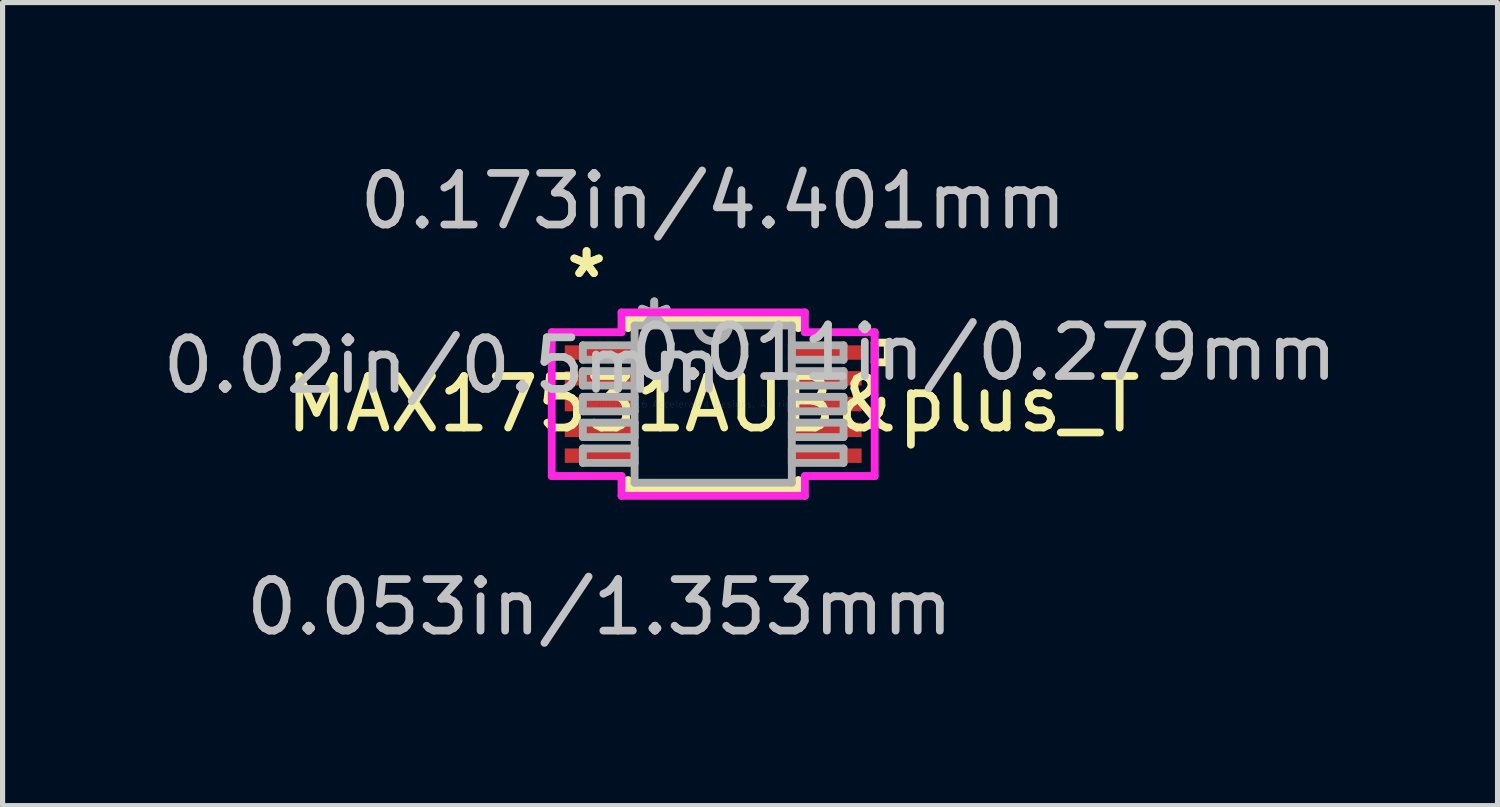
<source format=kicad_pcb>
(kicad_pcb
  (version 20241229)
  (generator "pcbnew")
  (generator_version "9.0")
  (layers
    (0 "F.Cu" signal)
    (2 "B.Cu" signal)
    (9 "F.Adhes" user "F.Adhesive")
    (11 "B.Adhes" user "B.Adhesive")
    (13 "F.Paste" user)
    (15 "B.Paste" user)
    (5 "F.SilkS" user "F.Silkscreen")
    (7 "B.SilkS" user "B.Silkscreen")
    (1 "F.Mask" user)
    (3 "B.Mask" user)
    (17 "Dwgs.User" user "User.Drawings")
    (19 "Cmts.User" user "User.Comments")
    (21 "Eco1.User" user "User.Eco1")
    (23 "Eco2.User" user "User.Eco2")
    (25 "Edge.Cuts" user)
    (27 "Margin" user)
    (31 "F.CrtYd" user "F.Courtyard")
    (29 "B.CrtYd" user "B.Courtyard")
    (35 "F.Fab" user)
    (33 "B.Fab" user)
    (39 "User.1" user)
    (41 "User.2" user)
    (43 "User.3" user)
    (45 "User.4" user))
  (footprint "MAX17531AUB&plus_T"
    (layer "F.Cu")
    (at 10.778 4.785)
    (property "Reference" "MAX17531AUB&plus_T" (at 0 0 0) (layer "F.SilkS") (effects (font (size 1 1) (thickness 0.15))))
    (attr through_hole)
    (fp_line (start -1.651 -1.651) (end -1.651 -1.472) (stroke (width 0.152) (type solid)) (layer "F.SilkS"))
    (fp_line (start -1.651 1.472) (end -1.651 1.651) (stroke (width 0.152) (type solid)) (layer "F.SilkS"))
    (fp_line (start -1.651 1.651) (end 1.651 1.651) (stroke (width 0.152) (type solid)) (layer "F.SilkS"))
    (fp_line (start 1.651 -1.651) (end -1.651 -1.651) (stroke (width 0.152) (type solid)) (layer "F.SilkS"))
    (fp_line (start 1.651 -1.472) (end 1.651 -1.651) (stroke (width 0.152) (type solid)) (layer "F.SilkS"))
    (fp_line (start 1.651 1.651) (end 1.651 1.472) (stroke (width 0.152) (type solid)) (layer "F.SilkS"))
    (fp_line (start 3.131 -1.191) (end 3.385 -1.191) (stroke (width 0.152) (type solid)) (layer "F.SilkS"))
    (fp_line (start 3.131 -0.81) (end 3.131 -1.191) (stroke (width 0.152) (type solid)) (layer "F.SilkS"))
    (fp_line (start 3.385 -1.191) (end 3.385 -0.81) (stroke (width 0.152) (type solid)) (layer "F.SilkS"))
    (fp_line (start 3.385 -0.81) (end 3.131 -0.81) (stroke (width 0.152) (type solid)) (layer "F.SilkS"))
    (fp_line (start -3.131 -1.394) (end -1.778 -1.394) (stroke (width 0.152) (type solid)) (layer "F.CrtYd"))
    (fp_line (start -3.131 1.394) (end -3.131 -1.394) (stroke (width 0.152) (type solid)) (layer "F.CrtYd"))
    (fp_line (start -1.778 -1.778) (end 1.778 -1.778) (stroke (width 0.152) (type solid)) (layer "F.CrtYd"))
    (fp_line (start -1.778 -1.394) (end -1.778 -1.778) (stroke (width 0.152) (type solid)) (layer "F.CrtYd"))
    (fp_line (start -1.778 1.394) (end -3.131 1.394) (stroke (width 0.152) (type solid)) (layer "F.CrtYd"))
    (fp_line (start -1.778 1.778) (end -1.778 1.394) (stroke (width 0.152) (type solid)) (layer "F.CrtYd"))
    (fp_line (start 1.778 -1.778) (end 1.778 -1.394) (stroke (width 0.152) (type solid)) (layer "F.CrtYd"))
    (fp_line (start 1.778 -1.394) (end 3.131 -1.394) (stroke (width 0.152) (type solid)) (layer "F.CrtYd"))
    (fp_line (start 1.778 1.394) (end 1.778 1.778) (stroke (width 0.152) (type solid)) (layer "F.CrtYd"))
    (fp_line (start 1.778 1.778) (end -1.778 1.778) (stroke (width 0.152) (type solid)) (layer "F.CrtYd"))
    (fp_line (start 3.131 -1.394) (end 3.131 1.394) (stroke (width 0.152) (type solid)) (layer "F.CrtYd"))
    (fp_line (start 3.131 1.394) (end 1.778 1.394) (stroke (width 0.152) (type solid)) (layer "F.CrtYd"))
    (fp_line (start -2.527 -1.14) (end -2.527 -0.86) (stroke (width 0.152) (type solid)) (layer "F.Fab"))
    (fp_line (start -2.527 -0.86) (end -1.524 -0.86) (stroke (width 0.152) (type solid)) (layer "F.Fab"))
    (fp_line (start -2.527 -0.64) (end -2.527 -0.36) (stroke (width 0.152) (type solid)) (layer "F.Fab"))
    (fp_line (start -2.527 -0.36) (end -1.524 -0.36) (stroke (width 0.152) (type solid)) (layer "F.Fab"))
    (fp_line (start -2.527 -0.14) (end -2.527 0.14) (stroke (width 0.152) (type solid)) (layer "F.Fab"))
    (fp_line (start -2.527 0.14) (end -1.524 0.14) (stroke (width 0.152) (type solid)) (layer "F.Fab"))
    (fp_line (start -2.527 0.36) (end -2.527 0.64) (stroke (width 0.152) (type solid)) (layer "F.Fab"))
    (fp_line (start -2.527 0.64) (end -1.524 0.64) (stroke (width 0.152) (type solid)) (layer "F.Fab"))
    (fp_line (start -2.527 0.86) (end -2.527 1.14) (stroke (width 0.152) (type solid)) (layer "F.Fab"))
    (fp_line (start -2.527 1.14) (end -1.524 1.14) (stroke (width 0.152) (type solid)) (layer "F.Fab"))
    (fp_line (start -1.524 -1.524) (end -1.524 1.524) (stroke (width 0.152) (type solid)) (layer "F.Fab"))
    (fp_line (start -1.524 -1.14) (end -2.527 -1.14) (stroke (width 0.152) (type solid)) (layer "F.Fab"))
    (fp_line (start -1.524 -0.86) (end -1.524 -1.14) (stroke (width 0.152) (type solid)) (layer "F.Fab"))
    (fp_line (start -1.524 -0.64) (end -2.527 -0.64) (stroke (width 0.152) (type solid)) (layer "F.Fab"))
    (fp_line (start -1.524 -0.36) (end -1.524 -0.64) (stroke (width 0.152) (type solid)) (layer "F.Fab"))
    (fp_line (start -1.524 -0.14) (end -2.527 -0.14) (stroke (width 0.152) (type solid)) (layer "F.Fab"))
    (fp_line (start -1.524 0.14) (end -1.524 -0.14) (stroke (width 0.152) (type solid)) (layer "F.Fab"))
    (fp_line (start -1.524 0.36) (end -2.527 0.36) (stroke (width 0.152) (type solid)) (layer "F.Fab"))
    (fp_line (start -1.524 0.64) (end -1.524 0.36) (stroke (width 0.152) (type solid)) (layer "F.Fab"))
    (fp_line (start -1.524 0.86) (end -2.527 0.86) (stroke (width 0.152) (type solid)) (layer "F.Fab"))
    (fp_line (start -1.524 1.14) (end -1.524 0.86) (stroke (width 0.152) (type solid)) (layer "F.Fab"))
    (fp_line (start -1.524 1.524) (end 1.524 1.524) (stroke (width 0.152) (type solid)) (layer "F.Fab"))
    (fp_line (start 1.524 -1.524) (end -1.524 -1.524) (stroke (width 0.152) (type solid)) (layer "F.Fab"))
    (fp_line (start 1.524 -1.14) (end 1.524 -0.86) (stroke (width 0.152) (type solid)) (layer "F.Fab"))
    (fp_line (start 1.524 -0.86) (end 2.527 -0.86) (stroke (width 0.152) (type solid)) (layer "F.Fab"))
    (fp_line (start 1.524 -0.64) (end 1.524 -0.36) (stroke (width 0.152) (type solid)) (layer "F.Fab"))
    (fp_line (start 1.524 -0.36) (end 2.527 -0.36) (stroke (width 0.152) (type solid)) (layer "F.Fab"))
    (fp_line (start 1.524 -0.14) (end 1.524 0.14) (stroke (width 0.152) (type solid)) (layer "F.Fab"))
    (fp_line (start 1.524 0.14) (end 2.527 0.14) (stroke (width 0.152) (type solid)) (layer "F.Fab"))
    (fp_line (start 1.524 0.36) (end 1.524 0.64) (stroke (width 0.152) (type solid)) (layer "F.Fab"))
    (fp_line (start 1.524 0.64) (end 2.527 0.64) (stroke (width 0.152) (type solid)) (layer "F.Fab"))
    (fp_line (start 1.524 0.86) (end 1.524 1.14) (stroke (width 0.152) (type solid)) (layer "F.Fab"))
    (fp_line (start 1.524 1.14) (end 2.527 1.14) (stroke (width 0.152) (type solid)) (layer "F.Fab"))
    (fp_line (start 1.524 1.524) (end 1.524 -1.524) (stroke (width 0.152) (type solid)) (layer "F.Fab"))
    (fp_line (start 2.527 -1.14) (end 1.524 -1.14) (stroke (width 0.152) (type solid)) (layer "F.Fab"))
    (fp_line (start 2.527 -0.86) (end 2.527 -1.14) (stroke (width 0.152) (type solid)) (layer "F.Fab"))
    (fp_line (start 2.527 -0.64) (end 1.524 -0.64) (stroke (width 0.152) (type solid)) (layer "F.Fab"))
    (fp_line (start 2.527 -0.36) (end 2.527 -0.64) (stroke (width 0.152) (type solid)) (layer "F.Fab"))
    (fp_line (start 2.527 -0.14) (end 1.524 -0.14) (stroke (width 0.152) (type solid)) (layer "F.Fab"))
    (fp_line (start 2.527 0.14) (end 2.527 -0.14) (stroke (width 0.152) (type solid)) (layer "F.Fab"))
    (fp_line (start 2.527 0.36) (end 1.524 0.36) (stroke (width 0.152) (type solid)) (layer "F.Fab"))
    (fp_line (start 2.527 0.64) (end 2.527 0.36) (stroke (width 0.152) (type solid)) (layer "F.Fab"))
    (fp_line (start 2.527 0.86) (end 1.524 0.86) (stroke (width 0.152) (type solid)) (layer "F.Fab"))
    (fp_line (start 2.527 1.14) (end 2.527 0.86) (stroke (width 0.152) (type solid)) (layer "F.Fab"))
    (fp_arc (start 0.3048 -1.524) (mid 0 -1.2192) (end -0.3048 -1.524) (stroke (width 0.1524) (type solid)) (layer "F.Fab"))
    (fp_text user "*" (at -2.455 -2.422 0) (layer "F.SilkS") (effects (font (size 1 1) (thickness 0.15))))
    (fp_text user "*" (at -2.455 -2.422 0) (layer "F.SilkS") (effects (font (size 1 1) (thickness 0.15))))
    (fp_text user "0.011in/0.279mm" (at 5.249 -1 0) (layer "Dwgs.User") (effects (font (size 1 1) (thickness 0.15))))
    (fp_text user "0.173in/4.401mm" (at 0 -3.937 0) (layer "Dwgs.User") (effects (font (size 1 1) (thickness 0.15))))
    (fp_text user "0.02in/0.5mm" (at -5.249 -0.75 0) (layer "Dwgs.User") (effects (font (size 1 1) (thickness 0.15))))
    (fp_text user "0.053in/1.353mm" (at -2.201 3.937 0) (layer "Dwgs.User") (effects (font (size 1 1) (thickness 0.15))))
    (fp_text user "Copyright 2016 Accelerated Designs. All rights reserved." (at 0 0 0) (layer "Cmts.User") (effects (font (size 0.127 0.127) (thickness 0.002))))
    (fp_text user "*" (at -1.143 -1.448 0) (layer "F.Fab") (effects (font (size 1 1) (thickness 0.15))))
    (fp_text user "*" (at -1.143 -1.448 0) (layer "F.Fab") (effects (font (size 1 1) (thickness 0.15))))
    (pad "1" smd rect (at -2.201 -1) (size 1.353 0.279) (layers "F.Cu" "F.Mask" "F.Paste"))
    (pad "2" smd rect (at -2.201 -0.5) (size 1.353 0.279) (layers "F.Cu" "F.Mask" "F.Paste"))
    (pad "3" smd rect (at -2.201 0) (size 1.353 0.279) (layers "F.Cu" "F.Mask" "F.Paste"))
    (pad "4" smd rect (at -2.201 0.5) (size 1.353 0.279) (layers "F.Cu" "F.Mask" "F.Paste"))
    (pad "5" smd rect (at -2.201 1) (size 1.353 0.279) (layers "F.Cu" "F.Mask" "F.Paste"))
    (pad "6" smd rect (at 2.201 1) (size 1.353 0.279) (layers "F.Cu" "F.Mask" "F.Paste"))
    (pad "7" smd rect (at 2.201 0.5) (size 1.353 0.279) (layers "F.Cu" "F.Mask" "F.Paste"))
    (pad "8" smd rect (at 2.201 0) (size 1.353 0.279) (layers "F.Cu" "F.Mask" "F.Paste"))
    (pad "9" smd rect (at 2.201 -0.5) (size 1.353 0.279) (layers "F.Cu" "F.Mask" "F.Paste"))
    (pad "10" smd rect (at 2.201 -1) (size 1.353 0.279) (layers "F.Cu" "F.Mask" "F.Paste")))
  (gr_rect
    (start -3 -3)
    (end 25.985 12.57)
    (stroke (width 0.1) (type default))
    (fill no)
    (layer "Edge.Cuts")))
</source>
